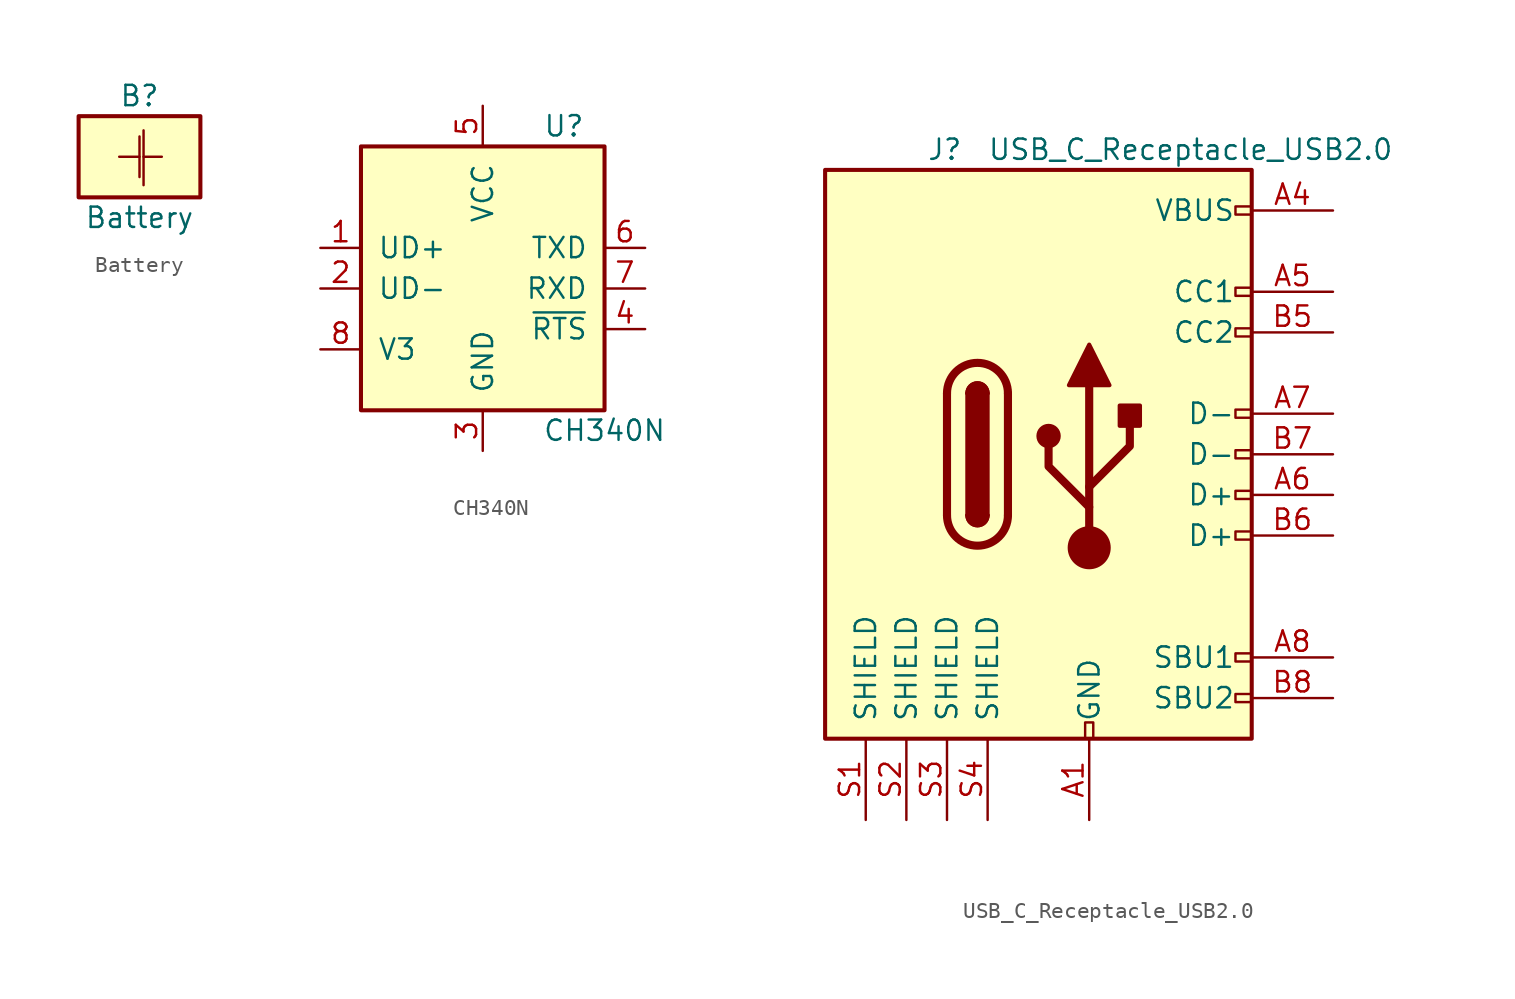
<source format=kicad_sym>
(kicad_symbol_lib
  (version 20211014)
  (generator kicad_symbol_editor)
  (symbol "Battery"
    (pin_names
      (offset 1.016))
    (property "Reference" "B"
      (at 0 3.81 0)
      (effects (font (size 1.27 1.27))))
    (property "Value" "Battery"
      (at 0 -3.81 0)
      (effects (font (size 1.27 1.27))))
    (symbol "Battery_0_1"
      (rectangle (start -3.81 2.54) (end 3.81 -2.54) (stroke (width 0.254) (type default) (color 0 0 0 0)) (fill (type background)))
      (polyline (pts (xy -1.27 0) (xy 0 0)) (stroke (width 0) (type default) (color 0 0 0 0)) (fill (type none)))
      (polyline (pts (xy 0 1.27) (xy 0 -1.27)) (stroke (width 0) (type default) (color 0 0 0 0)) (fill (type none)))
      (polyline (pts (xy 0.254 0) (xy 1.397 0)) (stroke (width 0) (type default) (color 0 0 0 0)) (fill (type none)))
      (polyline (pts (xy 0.254 1.651) (xy 0.254 -1.778)) (stroke (width 0) (type default) (color 0 0 0 0)) (fill (type none)))))
  (symbol "CH340N"
    (pin_names
      (offset 1.016))
    (property "Reference" "U"
      (at 5.08 13.97 0)
      (effects (font (size 1.27 1.27))))
    (property "Value" "CH340N"
      (at 7.62 -5.08 0)
      (effects (font (size 1.27 1.27))))
    (symbol "CH340N_1_1"
      (rectangle (start -7.62 12.7) (end 7.62 -3.81) (stroke (width 0.254) (type default) (color 0 0 0 0)) (fill (type background)))
      (pin bidirectional line (at -10.16 6.35 0) (length 2.54) (name "UD+" (effects (font (size 1.27 1.27)))) (number "1" (effects (font (size 1.27 1.27)))))
      (pin bidirectional line (at -10.16 3.81 0) (length 2.54) (name "UD-" (effects (font (size 1.27 1.27)))) (number "2" (effects (font (size 1.27 1.27)))))
      (pin power_in line (at 0 -6.35 90) (length 2.54) (name "GND" (effects (font (size 1.27 1.27)))) (number "3" (effects (font (size 1.27 1.27)))))
      (pin output line (at 10.16 1.27 180) (length 2.54) (name "~{RTS}" (effects (font (size 1.27 1.27)))) (number "4" (effects (font (size 1.27 1.27)))))
      (pin power_in line (at 0 15.24 270) (length 2.54) (name "VCC" (effects (font (size 1.27 1.27)))) (number "5" (effects (font (size 1.27 1.27)))))
      (pin output line (at 10.16 6.35 180) (length 2.54) (name "TXD" (effects (font (size 1.27 1.27)))) (number "6" (effects (font (size 1.27 1.27)))))
      (pin input line (at 10.16 3.81 180) (length 2.54) (name "RXD" (effects (font (size 1.27 1.27)))) (number "7" (effects (font (size 1.27 1.27)))))
      (pin passive line (at -10.16 0 0) (length 2.54) (name "V3" (effects (font (size 1.27 1.27)))) (number "8" (effects (font (size 1.27 1.27)))))))
  (symbol "USB_C_Receptacle_USB2.0"
    (pin_names
      (offset 1.016))
    (property "Reference" "J"
      (at -10.16 19.05 0)
      (effects (font (size 1.27 1.27)) (justify left)))
    (property "Value" "USB_C_Receptacle_USB2.0"
      (at 19.05 19.05 0)
      (effects (font (size 1.27 1.27)) (justify right)))
    (symbol "USB_C_Receptacle_USB2.0_0_0"
      (rectangle (start -0.254 -17.78) (end 0.254 -16.764) (stroke (width 0) (type default) (color 0 0 0 0)) (fill (type none)))
      (rectangle (start 10.16 -14.986) (end 9.144 -15.494) (stroke (width 0) (type default) (color 0 0 0 0)) (fill (type none)))
      (rectangle (start 10.16 -12.446) (end 9.144 -12.954) (stroke (width 0) (type default) (color 0 0 0 0)) (fill (type none)))
      (rectangle (start 10.16 -4.826) (end 9.144 -5.334) (stroke (width 0) (type default) (color 0 0 0 0)) (fill (type none)))
      (rectangle (start 10.16 -2.286) (end 9.144 -2.794) (stroke (width 0) (type default) (color 0 0 0 0)) (fill (type none)))
      (rectangle (start 10.16 0.254) (end 9.144 -0.254) (stroke (width 0) (type default) (color 0 0 0 0)) (fill (type none)))
      (rectangle (start 10.16 2.794) (end 9.144 2.286) (stroke (width 0) (type default) (color 0 0 0 0)) (fill (type none)))
      (rectangle (start 10.16 7.874) (end 9.144 7.366) (stroke (width 0) (type default) (color 0 0 0 0)) (fill (type none)))
      (rectangle (start 10.16 10.414) (end 9.144 9.906) (stroke (width 0) (type default) (color 0 0 0 0)) (fill (type none)))
      (rectangle (start 10.16 15.494) (end 9.144 14.986) (stroke (width 0) (type default) (color 0 0 0 0)) (fill (type none))))
    (symbol "USB_C_Receptacle_USB2.0_0_1"
      (rectangle (start -16.51 17.78) (end 10.16 -17.78) (stroke (width 0.254) (type default) (color 0 0 0 0)) (fill (type background)))
      (arc (start -8.89 -3.81) (mid -6.985 -5.715) (end -5.08 -3.81) (stroke (width 0.508) (type default) (color 0 0 0 0)) (fill (type none)))
      (arc (start -7.62 -3.81) (mid -6.985 -4.445) (end -6.35 -3.81) (stroke (width 0.254) (type default) (color 0 0 0 0)) (fill (type none)))
      (arc (start -7.62 -3.81) (mid -6.985 -4.445) (end -6.35 -3.81) (stroke (width 0.254) (type default) (color 0 0 0 0)) (fill (type outline)))
      (rectangle (start -7.62 -3.81) (end -6.35 3.81) (stroke (width 0.254) (type default) (color 0 0 0 0)) (fill (type outline)))
      (arc (start -6.35 3.81) (mid -6.985 4.445) (end -7.62 3.81) (stroke (width 0.254) (type default) (color 0 0 0 0)) (fill (type none)))
      (arc (start -6.35 3.81) (mid -6.985 4.445) (end -7.62 3.81) (stroke (width 0.254) (type default) (color 0 0 0 0)) (fill (type outline)))
      (arc (start -5.08 3.81) (mid -6.985 5.715) (end -8.89 3.81) (stroke (width 0.508) (type default) (color 0 0 0 0)) (fill (type none)))
      (circle (center -2.54 1.143) (radius 0.635) (stroke (width 0.254) (type default) (color 0 0 0 0)) (fill (type outline)))
      (circle (center 0 -5.842) (radius 1.27) (stroke (width 0) (type default) (color 0 0 0 0)) (fill (type outline)))
      (polyline (pts (xy -8.89 -3.81) (xy -8.89 3.81)) (stroke (width 0.508) (type default) (color 0 0 0 0)) (fill (type none)))
      (polyline (pts (xy -5.08 3.81) (xy -5.08 -3.81)) (stroke (width 0.508) (type default) (color 0 0 0 0)) (fill (type none)))
      (polyline (pts (xy 0 -5.842) (xy 0 4.318)) (stroke (width 0.508) (type default) (color 0 0 0 0)) (fill (type none)))
      (polyline (pts (xy 0 -3.302) (xy -2.54 -0.762) (xy -2.54 0.508)) (stroke (width 0.508) (type default) (color 0 0 0 0)) (fill (type none)))
      (polyline (pts (xy 0 -2.032) (xy 2.54 0.508) (xy 2.54 1.778)) (stroke (width 0.508) (type default) (color 0 0 0 0)) (fill (type none)))
      (polyline (pts (xy -1.27 4.318) (xy 0 6.858) (xy 1.27 4.318) (xy -1.27 4.318)) (stroke (width 0.254) (type default) (color 0 0 0 0)) (fill (type outline)))
      (rectangle (start 1.905 1.778) (end 3.175 3.048) (stroke (width 0.254) (type default) (color 0 0 0 0)) (fill (type outline))))
    (symbol "USB_C_Receptacle_USB2.0_1_1"
      (pin passive line (at 0 -22.86 90) (length 5.08) (name "GND" (effects (font (size 1.27 1.27)))) (number "A1" (effects (font (size 1.27 1.27)))))
      (pin passive line (at 0 -22.86 90) (length 5.08) hide (name "GND" (effects (font (size 1.27 1.27)))) (number "A12" (effects (font (size 1.27 1.27)))))
      (pin passive line (at 15.24 15.24 180) (length 5.08) (name "VBUS" (effects (font (size 1.27 1.27)))) (number "A4" (effects (font (size 1.27 1.27)))))
      (pin bidirectional line (at 15.24 10.16 180) (length 5.08) (name "CC1" (effects (font (size 1.27 1.27)))) (number "A5" (effects (font (size 1.27 1.27)))))
      (pin bidirectional line (at 15.24 -2.54 180) (length 5.08) (name "D+" (effects (font (size 1.27 1.27)))) (number "A6" (effects (font (size 1.27 1.27)))))
      (pin bidirectional line (at 15.24 2.54 180) (length 5.08) (name "D-" (effects (font (size 1.27 1.27)))) (number "A7" (effects (font (size 1.27 1.27)))))
      (pin bidirectional line (at 15.24 -12.7 180) (length 5.08) (name "SBU1" (effects (font (size 1.27 1.27)))) (number "A8" (effects (font (size 1.27 1.27)))))
      (pin passive line (at 15.24 15.24 180) (length 5.08) hide (name "VBUS" (effects (font (size 1.27 1.27)))) (number "A9" (effects (font (size 1.27 1.27)))))
      (pin passive line (at 0 -22.86 90) (length 5.08) hide (name "GND" (effects (font (size 1.27 1.27)))) (number "B1" (effects (font (size 1.27 1.27)))))
      (pin passive line (at 0 -22.86 90) (length 5.08) hide (name "GND" (effects (font (size 1.27 1.27)))) (number "B12" (effects (font (size 1.27 1.27)))))
      (pin passive line (at 15.24 15.24 180) (length 5.08) hide (name "VBUS" (effects (font (size 1.27 1.27)))) (number "B4" (effects (font (size 1.27 1.27)))))
      (pin bidirectional line (at 15.24 7.62 180) (length 5.08) (name "CC2" (effects (font (size 1.27 1.27)))) (number "B5" (effects (font (size 1.27 1.27)))))
      (pin bidirectional line (at 15.24 -5.08 180) (length 5.08) (name "D+" (effects (font (size 1.27 1.27)))) (number "B6" (effects (font (size 1.27 1.27)))))
      (pin bidirectional line (at 15.24 0 180) (length 5.08) (name "D-" (effects (font (size 1.27 1.27)))) (number "B7" (effects (font (size 1.27 1.27)))))
      (pin bidirectional line (at 15.24 -15.24 180) (length 5.08) (name "SBU2" (effects (font (size 1.27 1.27)))) (number "B8" (effects (font (size 1.27 1.27)))))
      (pin passive line (at 15.24 15.24 180) (length 5.08) hide (name "VBUS" (effects (font (size 1.27 1.27)))) (number "B9" (effects (font (size 1.27 1.27)))))
      (pin passive line (at -13.97 -22.86 90) (length 5.08) (name "SHIELD" (effects (font (size 1.27 1.27)))) (number "S1" (effects (font (size 1.27 1.27)))))
      (pin passive line (at -11.43 -22.86 90) (length 5.08) (name "SHIELD" (effects (font (size 1.27 1.27)))) (number "S2" (effects (font (size 1.27 1.27)))))
      (pin passive line (at -8.89 -22.86 90) (length 5.08) (name "SHIELD" (effects (font (size 1.27 1.27)))) (number "S3" (effects (font (size 1.27 1.27)))))
      (pin passive line (at -6.35 -22.86 90) (length 5.08) (name "SHIELD" (effects (font (size 1.27 1.27)))) (number "S4" (effects (font (size 1.27 1.27))))))))
</source>
